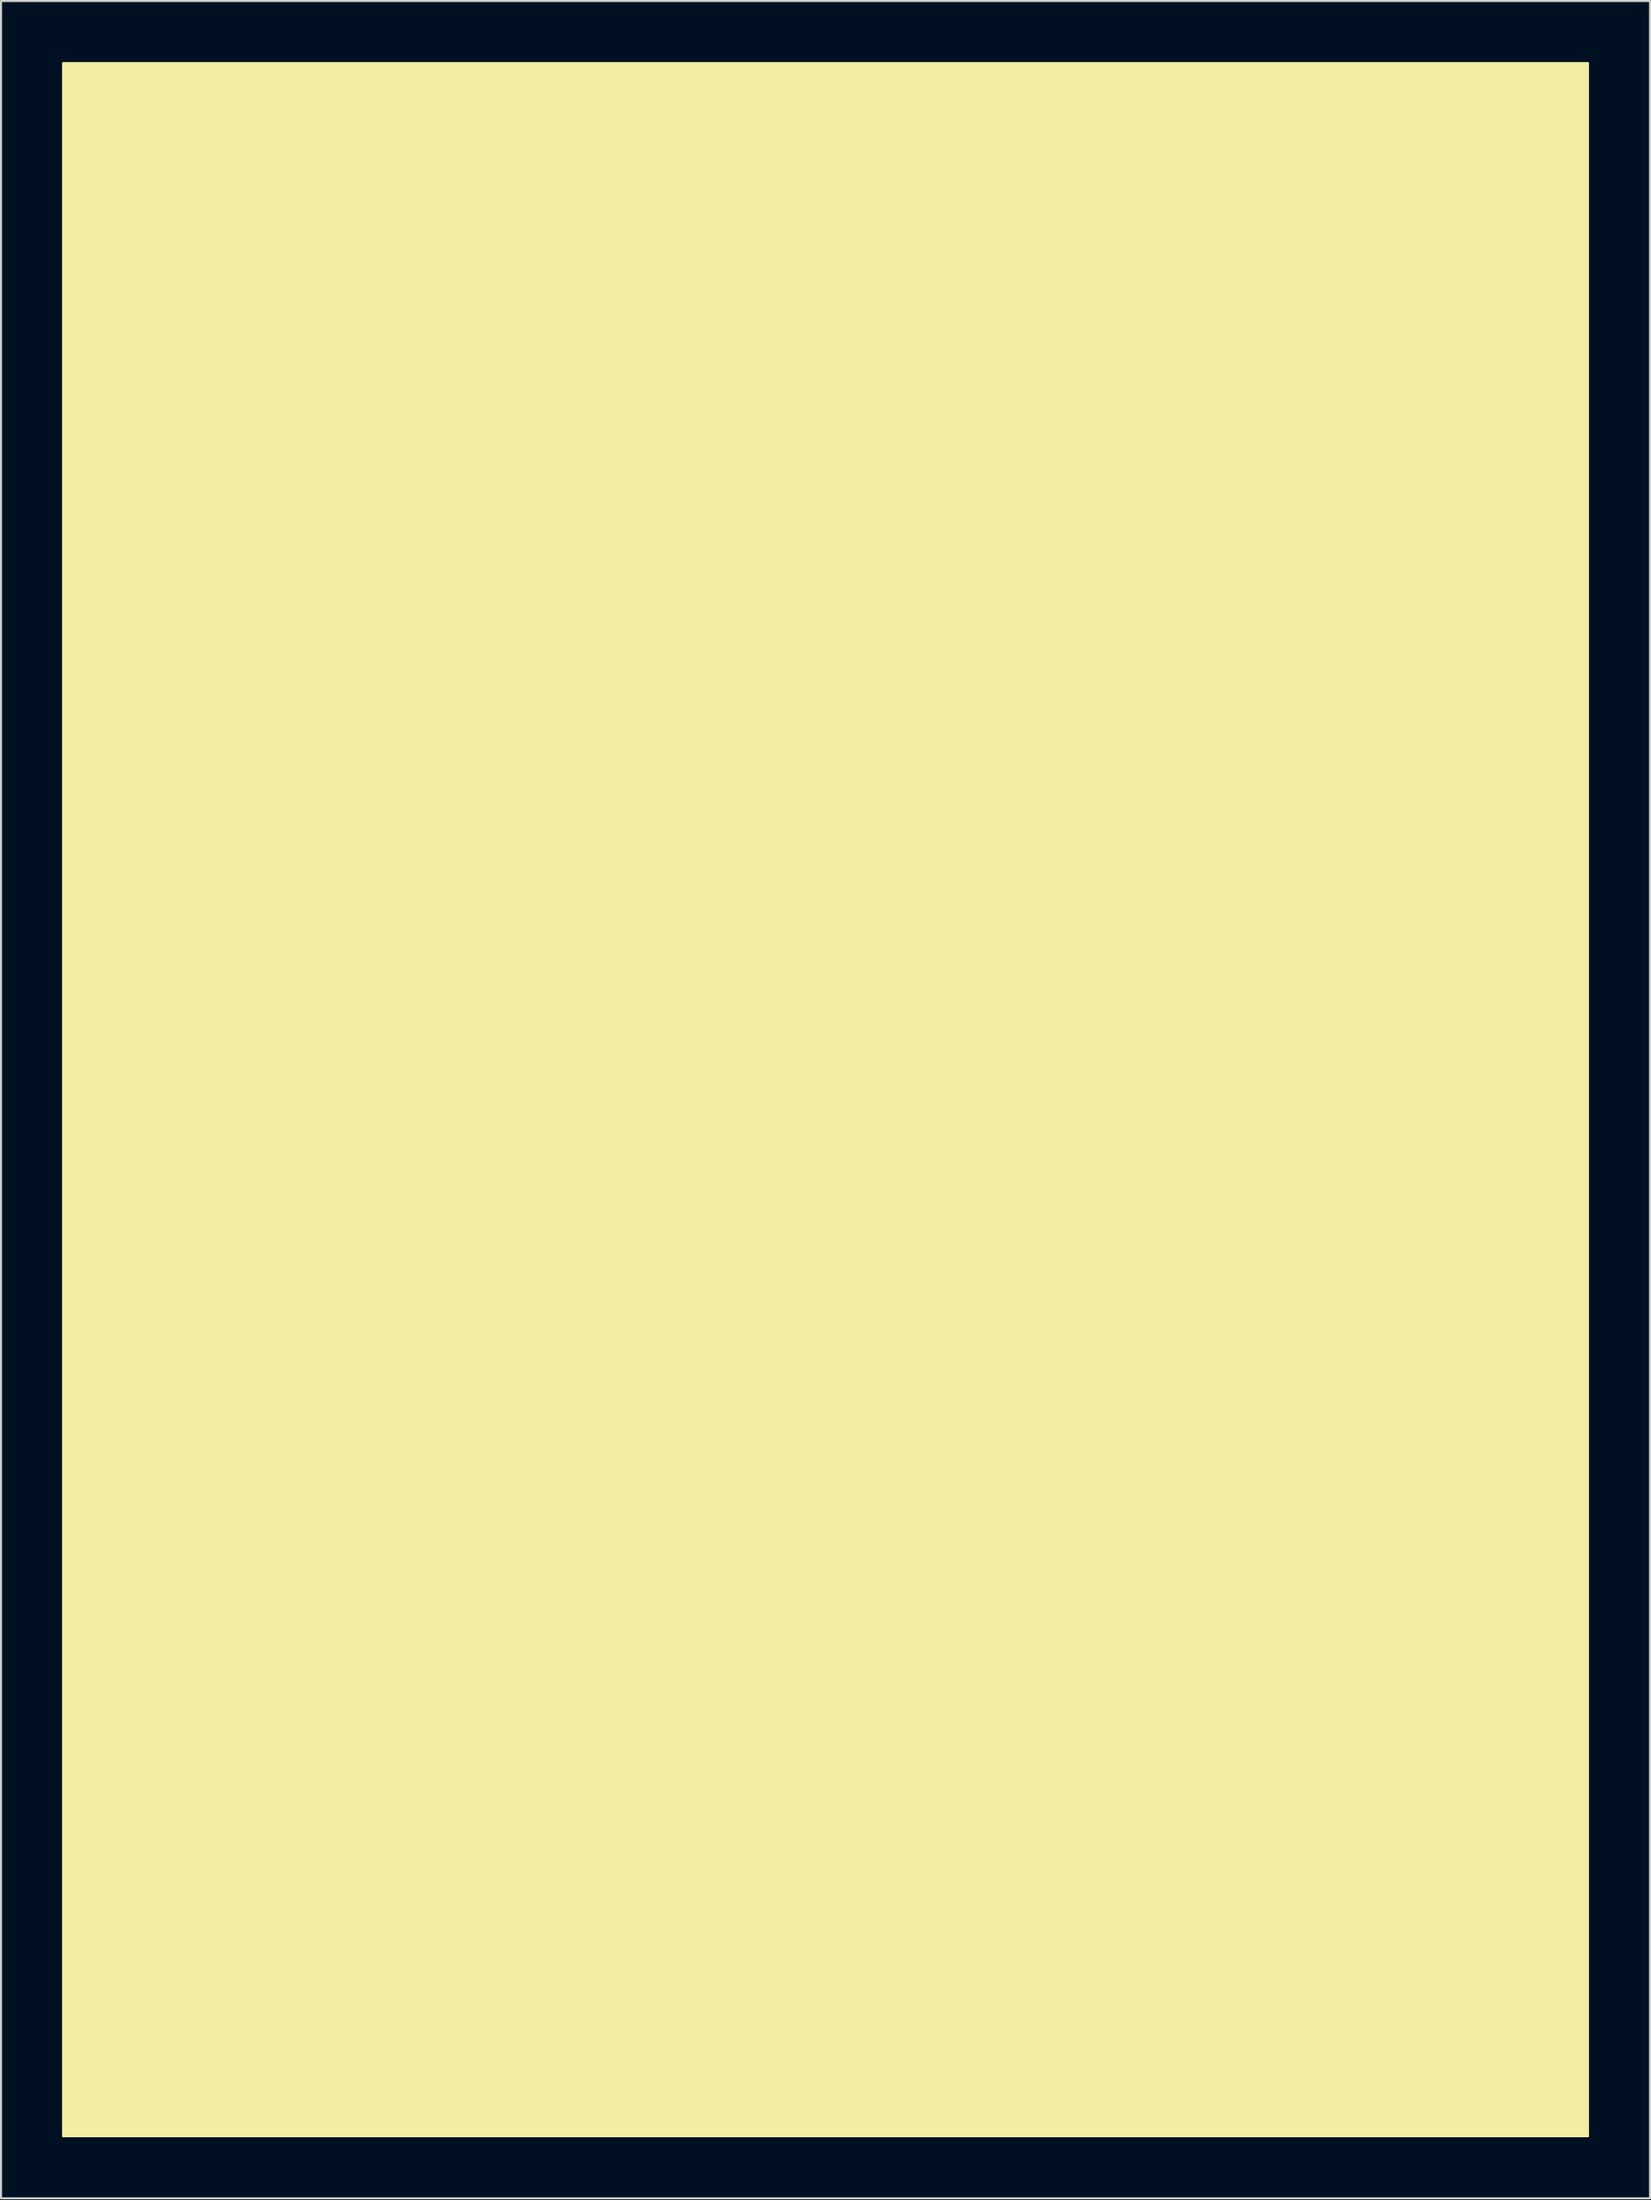
<source format=kicad_pcb>
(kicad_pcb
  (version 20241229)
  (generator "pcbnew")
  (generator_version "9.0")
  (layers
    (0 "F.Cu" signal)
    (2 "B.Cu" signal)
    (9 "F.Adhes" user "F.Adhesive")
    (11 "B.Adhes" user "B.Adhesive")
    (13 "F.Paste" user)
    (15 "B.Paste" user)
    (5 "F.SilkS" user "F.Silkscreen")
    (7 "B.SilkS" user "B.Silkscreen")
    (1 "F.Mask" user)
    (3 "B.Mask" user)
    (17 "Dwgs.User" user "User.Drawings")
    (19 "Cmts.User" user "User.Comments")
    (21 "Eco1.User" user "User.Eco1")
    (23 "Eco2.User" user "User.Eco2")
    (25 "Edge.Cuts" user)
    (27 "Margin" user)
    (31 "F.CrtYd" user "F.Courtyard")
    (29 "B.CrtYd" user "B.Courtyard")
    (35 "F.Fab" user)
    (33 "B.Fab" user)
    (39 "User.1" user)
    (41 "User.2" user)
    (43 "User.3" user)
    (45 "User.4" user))
  (footprint "chicken_pic"
    (layer "F.Cu")
    (at 37.473 50.935)
    (property "Reference" "chicken_pic" (at 0 0 0) (layer "F.SilkS") (effects (font (size 1.524 1.524) (thickness 0.3))))
    (attr through_hole)
    (fp_poly (pts (xy 37.507 50.969) (xy 0.042 50.969) (xy -37.423 50.969) (xy -37.423 0.042) (xy -37.423 -50.885) (xy 0.042 -50.885) (xy 37.507 -50.885) (xy 37.507 0.042) (xy 37.507 50.969)) (stroke (width 0.1) (type solid)) (fill yes) (layer "F.SilkS")))
  (gr_rect
    (start -3 -3)
    (end 78.03 104.954)
    (stroke (width 0.1) (type default))
    (fill no)
    (layer "Edge.Cuts")))
</source>
